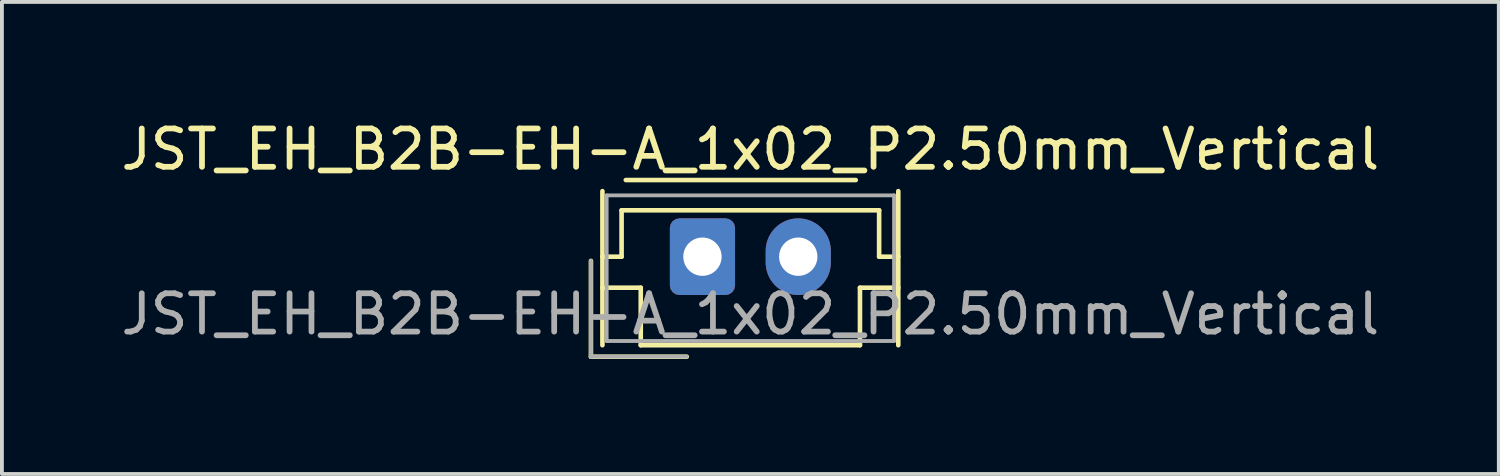
<source format=kicad_pcb>
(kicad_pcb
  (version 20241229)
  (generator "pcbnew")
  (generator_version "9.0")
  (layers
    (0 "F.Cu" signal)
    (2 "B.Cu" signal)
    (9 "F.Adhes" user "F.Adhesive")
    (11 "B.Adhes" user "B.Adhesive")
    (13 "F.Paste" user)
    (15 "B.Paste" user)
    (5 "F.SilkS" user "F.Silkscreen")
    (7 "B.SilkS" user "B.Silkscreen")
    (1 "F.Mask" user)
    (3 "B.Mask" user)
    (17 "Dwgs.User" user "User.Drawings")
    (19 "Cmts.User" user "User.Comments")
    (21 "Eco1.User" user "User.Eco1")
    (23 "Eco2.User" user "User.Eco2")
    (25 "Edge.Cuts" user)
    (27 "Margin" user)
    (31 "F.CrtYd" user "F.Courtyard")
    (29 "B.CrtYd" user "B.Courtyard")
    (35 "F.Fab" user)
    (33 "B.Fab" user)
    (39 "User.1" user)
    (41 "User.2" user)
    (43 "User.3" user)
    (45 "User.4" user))
  (footprint "JST_EH_B2B-EH-A_1x02_P2.50mm_Vertical"
    (layer "F.Cu")
    (at 15.28 3.648)
    (property "Reference" "JST_EH_B2B-EH-A_1x02_P2.50mm_Vertical" (at 1.25 -2.8 0) (layer "F.SilkS") (effects (font (size 1 1) (thickness 0.15))))
    (attr through_hole)
    (fp_line (start -2.91 0.11) (end -2.91 2.61) (stroke (width 0.12) (type solid)) (layer "F.SilkS"))
    (fp_line (start -2.91 2.61) (end -0.41 2.61) (stroke (width 0.12) (type solid)) (layer "F.SilkS"))
    (fp_line (start -2.61 -1.71) (end -2.61 2.31) (stroke (width 0.12) (type solid)) (layer "F.SilkS"))
    (fp_line (start -2.61 0) (end -2.11 0) (stroke (width 0.12) (type solid)) (layer "F.SilkS"))
    (fp_line (start -2.61 0.81) (end -1.61 0.81) (stroke (width 0.12) (type solid)) (layer "F.SilkS"))
    (fp_line (start -2.11 -1.21) (end 4.61 -1.21) (stroke (width 0.12) (type solid)) (layer "F.SilkS"))
    (fp_line (start -2.11 0) (end -2.11 -1.21) (stroke (width 0.12) (type solid)) (layer "F.SilkS"))
    (fp_line (start -2 -2) (end 4 -2) (stroke (width 0.12) (type solid)) (layer "F.SilkS"))
    (fp_line (start -1.61 0.81) (end -1.61 2.31) (stroke (width 0.12) (type solid)) (layer "F.SilkS"))
    (fp_line (start -1.61 2.31) (end 4.11 2.31) (stroke (width 0.12) (type solid)) (layer "F.SilkS"))
    (fp_line (start 4.11 0.81) (end 4.11 2.31) (stroke (width 0.12) (type solid)) (layer "F.SilkS"))
    (fp_line (start 4.61 -1.21) (end 4.61 0) (stroke (width 0.12) (type solid)) (layer "F.SilkS"))
    (fp_line (start 4.61 0) (end 5.11 0) (stroke (width 0.12) (type solid)) (layer "F.SilkS"))
    (fp_line (start 5.11 0.81) (end 4.11 0.81) (stroke (width 0.12) (type solid)) (layer "F.SilkS"))
    (fp_line (start 5.11 2.31) (end 5.11 -1.71) (stroke (width 0.12) (type solid)) (layer "F.SilkS"))
    (fp_line (start -2.91 0.11) (end -2.91 2.61) (stroke (width 0.1) (type solid)) (layer "F.Fab"))
    (fp_line (start -2.91 2.61) (end -0.41 2.61) (stroke (width 0.1) (type solid)) (layer "F.Fab"))
    (fp_line (start -2.5 -1.6) (end -2.5 2.2) (stroke (width 0.1) (type solid)) (layer "F.Fab"))
    (fp_line (start -2.5 2.2) (end 5 2.2) (stroke (width 0.1) (type solid)) (layer "F.Fab"))
    (fp_line (start 5 -1.6) (end -2.5 -1.6) (stroke (width 0.1) (type solid)) (layer "F.Fab"))
    (fp_line (start 5 2.2) (end 5 -1.6) (stroke (width 0.1) (type solid)) (layer "F.Fab"))
    (fp_text user "${REFERENCE}" (at 1.25 1.5 0) (layer "F.Fab") (effects (font (size 1 1) (thickness 0.15))))
    (pad "1" thru_hole roundrect (at 0 0) (size 1.7 2) (drill 1) (layers "*.Cu" "*.Mask") (roundrect_rratio 0.147))
    (pad "2" thru_hole oval (at 2.5 0) (size 1.7 2) (drill 1) (layers "*.Cu" "*.Mask")))
  (gr_rect
    (start -3 -3)
    (end 36.06 9.318)
    (stroke (width 0.1) (type default))
    (fill no)
    (layer "Edge.Cuts")))
</source>
